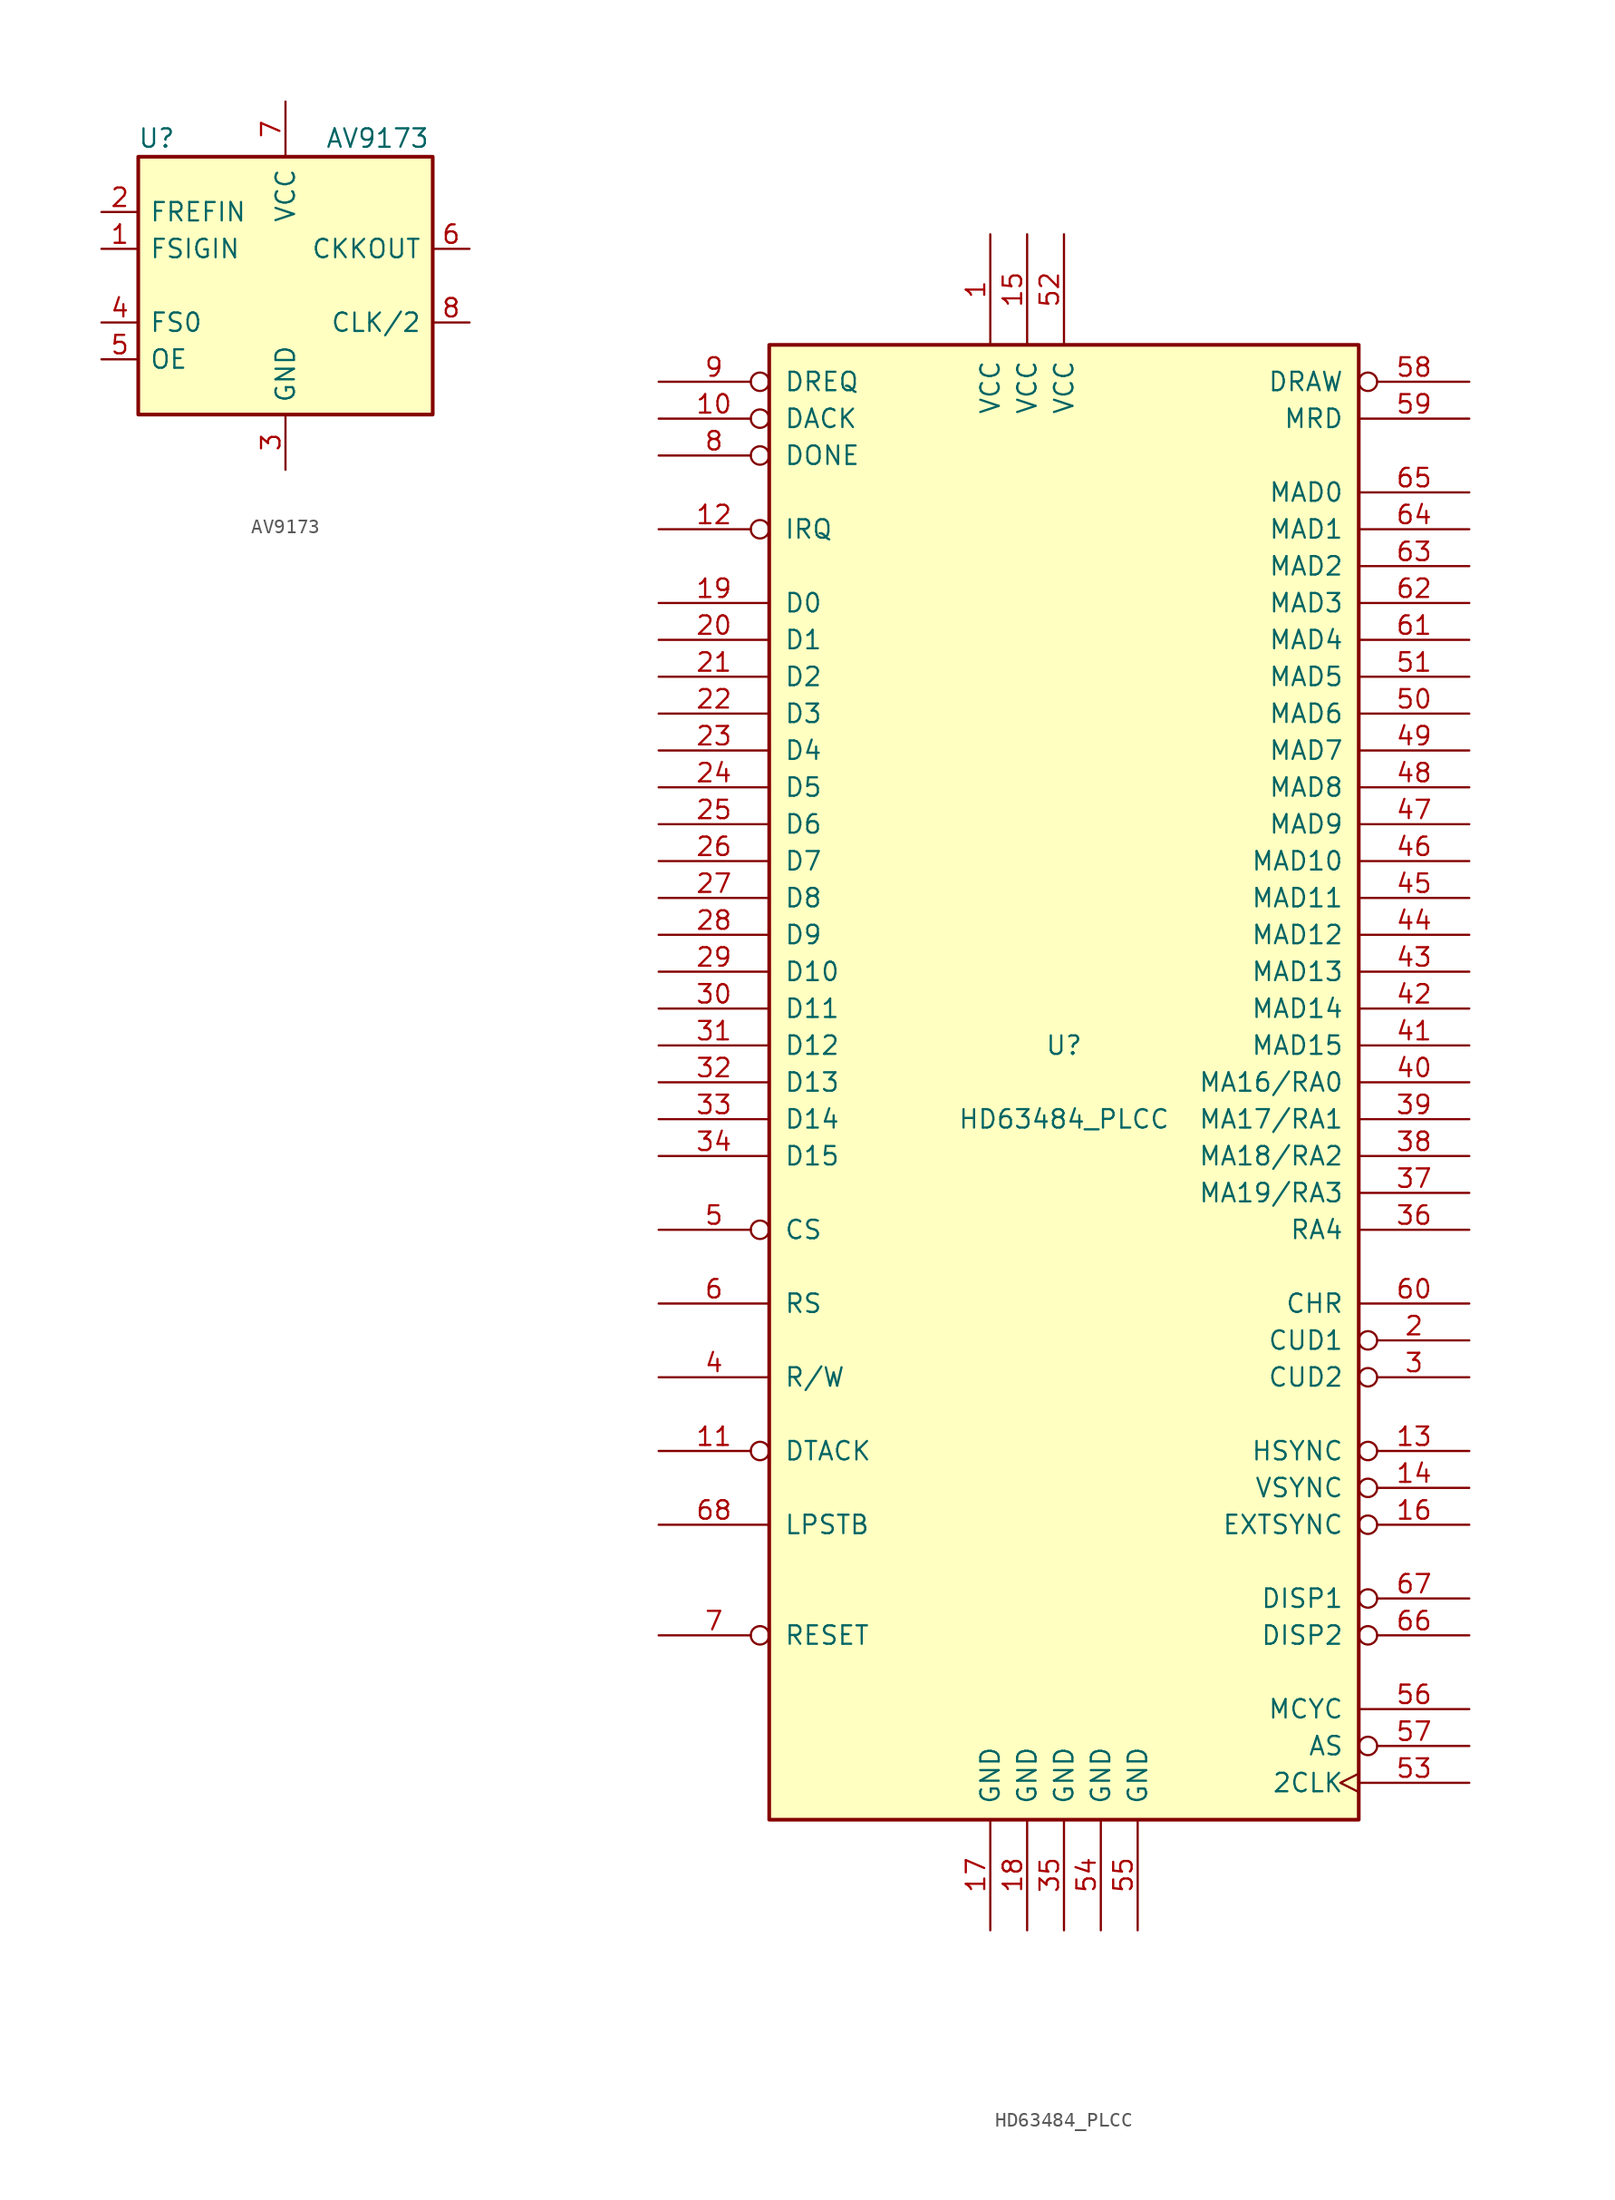
<source format=kicad_sym>
(kicad_symbol_lib
  (version 20231120)
  (generator "kicad_symbol_editor")
  (generator_version "8.0")
  (symbol "AV9173"
    (pin_names
      (offset 0.762))
    (property "Reference" "U"
      (at -8.89 10.16 0)
      (effects (font (size 1.27 1.27))))
    (property "Value" "AV9173"
      (at 6.35 10.16 0)
      (effects (font (size 1.27 1.27))))
    (symbol "AV9173_0_1"
      (rectangle (start -10.16 8.89) (end 10.16 -8.89) (stroke (width 0.254) (type default)) (fill (type background))))
    (symbol "AV9173_1_1"
      (pin input line (at -12.7 2.54 0) (length 2.54) (name "FSIGIN" (effects (font (size 1.27 1.27)))) (number "1" (effects (font (size 1.27 1.27)))))
      (pin input line (at -12.7 5.08 0) (length 2.54) (name "FREFIN" (effects (font (size 1.27 1.27)))) (number "2" (effects (font (size 1.27 1.27)))))
      (pin input line (at 0 -12.7 90) (length 3.81) (name "GND" (effects (font (size 1.27 1.27)))) (number "3" (effects (font (size 1.27 1.27)))))
      (pin input line (at -12.7 -2.54 0) (length 2.54) (name "FS0" (effects (font (size 1.27 1.27)))) (number "4" (effects (font (size 1.27 1.27)))))
      (pin input line (at -12.7 -5.08 0) (length 2.54) (name "OE" (effects (font (size 1.27 1.27)))) (number "5" (effects (font (size 1.27 1.27)))))
      (pin tri_state line (at 12.7 2.54 180) (length 2.54) (name "CKKOUT" (effects (font (size 1.27 1.27)))) (number "6" (effects (font (size 1.27 1.27)))))
      (pin input line (at 0 12.7 270) (length 3.81) (name "VCC" (effects (font (size 1.27 1.27)))) (number "7" (effects (font (size 1.27 1.27)))))
      (pin tri_state line (at 12.7 -2.54 180) (length 2.54) (name "CLK/2" (effects (font (size 1.27 1.27)))) (number "8" (effects (font (size 1.27 1.27)))))))
  (symbol "HD63484_PLCC"
    (pin_names
      (offset 1.016))
    (property "Reference" "U"
      (at 0 2.54 0)
      (effects (font (size 1.27 1.27))))
    (property "Value" "HD63484_PLCC"
      (at 0 -2.54 0)
      (effects (font (size 1.27 1.27))))
    (symbol "HD63484_PLCC_0_1"
      (rectangle (start -20.32 -50.8) (end 20.32 50.8) (stroke (width 0.254) (type default)) (fill (type background))))
    (symbol "HD63484_PLCC_1_1"
      (pin input line (at -5.08 58.42 270) (length 7.62) (name "VCC" (effects (font (size 1.27 1.27)))) (number "1" (effects (font (size 1.27 1.27)))))
      (pin input inverted (at -27.94 45.72 0) (length 7.62) (name "DACK" (effects (font (size 1.27 1.27)))) (number "10" (effects (font (size 1.27 1.27)))))
      (pin output inverted (at -27.94 -25.4 0) (length 7.62) (name "DTACK" (effects (font (size 1.27 1.27)))) (number "11" (effects (font (size 1.27 1.27)))))
      (pin output inverted (at -27.94 38.1 0) (length 7.62) (name "IRQ" (effects (font (size 1.27 1.27)))) (number "12" (effects (font (size 1.27 1.27)))))
      (pin output inverted (at 27.94 -25.4 180) (length 7.62) (name "HSYNC" (effects (font (size 1.27 1.27)))) (number "13" (effects (font (size 1.27 1.27)))))
      (pin output inverted (at 27.94 -27.94 180) (length 7.62) (name "VSYNC" (effects (font (size 1.27 1.27)))) (number "14" (effects (font (size 1.27 1.27)))))
      (pin input line (at -2.54 58.42 270) (length 7.62) (name "VCC" (effects (font (size 1.27 1.27)))) (number "15" (effects (font (size 1.27 1.27)))))
      (pin input inverted (at 27.94 -30.48 180) (length 7.62) (name "EXTSYNC" (effects (font (size 1.27 1.27)))) (number "16" (effects (font (size 1.27 1.27)))))
      (pin input line (at -5.08 -58.42 90) (length 7.62) (name "GND" (effects (font (size 1.27 1.27)))) (number "17" (effects (font (size 1.27 1.27)))))
      (pin input line (at -2.54 -58.42 90) (length 7.62) (name "GND" (effects (font (size 1.27 1.27)))) (number "18" (effects (font (size 1.27 1.27)))))
      (pin tri_state line (at -27.94 33.02 0) (length 7.62) (name "D0" (effects (font (size 1.27 1.27)))) (number "19" (effects (font (size 1.27 1.27)))))
      (pin output inverted (at 27.94 -17.78 180) (length 7.62) (name "CUD1" (effects (font (size 1.27 1.27)))) (number "2" (effects (font (size 1.27 1.27)))))
      (pin tri_state line (at -27.94 30.48 0) (length 7.62) (name "D1" (effects (font (size 1.27 1.27)))) (number "20" (effects (font (size 1.27 1.27)))))
      (pin tri_state line (at -27.94 27.94 0) (length 7.62) (name "D2" (effects (font (size 1.27 1.27)))) (number "21" (effects (font (size 1.27 1.27)))))
      (pin tri_state line (at -27.94 25.4 0) (length 7.62) (name "D3" (effects (font (size 1.27 1.27)))) (number "22" (effects (font (size 1.27 1.27)))))
      (pin tri_state line (at -27.94 22.86 0) (length 7.62) (name "D4" (effects (font (size 1.27 1.27)))) (number "23" (effects (font (size 1.27 1.27)))))
      (pin tri_state line (at -27.94 20.32 0) (length 7.62) (name "D5" (effects (font (size 1.27 1.27)))) (number "24" (effects (font (size 1.27 1.27)))))
      (pin tri_state line (at -27.94 17.78 0) (length 7.62) (name "D6" (effects (font (size 1.27 1.27)))) (number "25" (effects (font (size 1.27 1.27)))))
      (pin tri_state line (at -27.94 15.24 0) (length 7.62) (name "D7" (effects (font (size 1.27 1.27)))) (number "26" (effects (font (size 1.27 1.27)))))
      (pin tri_state line (at -27.94 12.7 0) (length 7.62) (name "D8" (effects (font (size 1.27 1.27)))) (number "27" (effects (font (size 1.27 1.27)))))
      (pin tri_state line (at -27.94 10.16 0) (length 7.62) (name "D9" (effects (font (size 1.27 1.27)))) (number "28" (effects (font (size 1.27 1.27)))))
      (pin tri_state line (at -27.94 7.62 0) (length 7.62) (name "D10" (effects (font (size 1.27 1.27)))) (number "29" (effects (font (size 1.27 1.27)))))
      (pin output inverted (at 27.94 -20.32 180) (length 7.62) (name "CUD2" (effects (font (size 1.27 1.27)))) (number "3" (effects (font (size 1.27 1.27)))))
      (pin tri_state line (at -27.94 5.08 0) (length 7.62) (name "D11" (effects (font (size 1.27 1.27)))) (number "30" (effects (font (size 1.27 1.27)))))
      (pin tri_state line (at -27.94 2.54 0) (length 7.62) (name "D12" (effects (font (size 1.27 1.27)))) (number "31" (effects (font (size 1.27 1.27)))))
      (pin tri_state line (at -27.94 0 0) (length 7.62) (name "D13" (effects (font (size 1.27 1.27)))) (number "32" (effects (font (size 1.27 1.27)))))
      (pin tri_state line (at -27.94 -2.54 0) (length 7.62) (name "D14" (effects (font (size 1.27 1.27)))) (number "33" (effects (font (size 1.27 1.27)))))
      (pin tri_state line (at -27.94 -5.08 0) (length 7.62) (name "D15" (effects (font (size 1.27 1.27)))) (number "34" (effects (font (size 1.27 1.27)))))
      (pin input line (at 0 -58.42 90) (length 7.62) (name "GND" (effects (font (size 1.27 1.27)))) (number "35" (effects (font (size 1.27 1.27)))))
      (pin output line (at 27.94 -10.16 180) (length 7.62) (name "RA4" (effects (font (size 1.27 1.27)))) (number "36" (effects (font (size 1.27 1.27)))))
      (pin output line (at 27.94 -7.62 180) (length 7.62) (name "MA19/RA3" (effects (font (size 1.27 1.27)))) (number "37" (effects (font (size 1.27 1.27)))))
      (pin output line (at 27.94 -5.08 180) (length 7.62) (name "MA18/RA2" (effects (font (size 1.27 1.27)))) (number "38" (effects (font (size 1.27 1.27)))))
      (pin output line (at 27.94 -2.54 180) (length 7.62) (name "MA17/RA1" (effects (font (size 1.27 1.27)))) (number "39" (effects (font (size 1.27 1.27)))))
      (pin input line (at -27.94 -20.32 0) (length 7.62) (name "R/W" (effects (font (size 1.27 1.27)))) (number "4" (effects (font (size 1.27 1.27)))))
      (pin output line (at 27.94 0 180) (length 7.62) (name "MA16/RA0" (effects (font (size 1.27 1.27)))) (number "40" (effects (font (size 1.27 1.27)))))
      (pin tri_state line (at 27.94 2.54 180) (length 7.62) (name "MAD15" (effects (font (size 1.27 1.27)))) (number "41" (effects (font (size 1.27 1.27)))))
      (pin tri_state line (at 27.94 5.08 180) (length 7.62) (name "MAD14" (effects (font (size 1.27 1.27)))) (number "42" (effects (font (size 1.27 1.27)))))
      (pin tri_state line (at 27.94 7.62 180) (length 7.62) (name "MAD13" (effects (font (size 1.27 1.27)))) (number "43" (effects (font (size 1.27 1.27)))))
      (pin tri_state line (at 27.94 10.16 180) (length 7.62) (name "MAD12" (effects (font (size 1.27 1.27)))) (number "44" (effects (font (size 1.27 1.27)))))
      (pin tri_state line (at 27.94 12.7 180) (length 7.62) (name "MAD11" (effects (font (size 1.27 1.27)))) (number "45" (effects (font (size 1.27 1.27)))))
      (pin tri_state line (at 27.94 15.24 180) (length 7.62) (name "MAD10" (effects (font (size 1.27 1.27)))) (number "46" (effects (font (size 1.27 1.27)))))
      (pin tri_state line (at 27.94 17.78 180) (length 7.62) (name "MAD9" (effects (font (size 1.27 1.27)))) (number "47" (effects (font (size 1.27 1.27)))))
      (pin tri_state line (at 27.94 20.32 180) (length 7.62) (name "MAD8" (effects (font (size 1.27 1.27)))) (number "48" (effects (font (size 1.27 1.27)))))
      (pin tri_state line (at 27.94 22.86 180) (length 7.62) (name "MAD7" (effects (font (size 1.27 1.27)))) (number "49" (effects (font (size 1.27 1.27)))))
      (pin input inverted (at -27.94 -10.16 0) (length 7.62) (name "CS" (effects (font (size 1.27 1.27)))) (number "5" (effects (font (size 1.27 1.27)))))
      (pin tri_state line (at 27.94 25.4 180) (length 7.62) (name "MAD6" (effects (font (size 1.27 1.27)))) (number "50" (effects (font (size 1.27 1.27)))))
      (pin tri_state line (at 27.94 27.94 180) (length 7.62) (name "MAD5" (effects (font (size 1.27 1.27)))) (number "51" (effects (font (size 1.27 1.27)))))
      (pin input line (at 0 58.42 270) (length 7.62) (name "VCC" (effects (font (size 1.27 1.27)))) (number "52" (effects (font (size 1.27 1.27)))))
      (pin input clock (at 27.94 -48.26 180) (length 7.62) (name "2CLK" (effects (font (size 1.27 1.27)))) (number "53" (effects (font (size 1.27 1.27)))))
      (pin input line (at 2.54 -58.42 90) (length 7.62) (name "GND" (effects (font (size 1.27 1.27)))) (number "54" (effects (font (size 1.27 1.27)))))
      (pin input line (at 5.08 -58.42 90) (length 7.62) (name "GND" (effects (font (size 1.27 1.27)))) (number "55" (effects (font (size 1.27 1.27)))))
      (pin output line (at 27.94 -43.18 180) (length 7.62) (name "MCYC" (effects (font (size 1.27 1.27)))) (number "56" (effects (font (size 1.27 1.27)))))
      (pin output inverted (at 27.94 -45.72 180) (length 7.62) (name "AS" (effects (font (size 1.27 1.27)))) (number "57" (effects (font (size 1.27 1.27)))))
      (pin output inverted (at 27.94 48.26 180) (length 7.62) (name "DRAW" (effects (font (size 1.27 1.27)))) (number "58" (effects (font (size 1.27 1.27)))))
      (pin output line (at 27.94 45.72 180) (length 7.62) (name "MRD" (effects (font (size 1.27 1.27)))) (number "59" (effects (font (size 1.27 1.27)))))
      (pin input line (at -27.94 -15.24 0) (length 7.62) (name "RS" (effects (font (size 1.27 1.27)))) (number "6" (effects (font (size 1.27 1.27)))))
      (pin output line (at 27.94 -15.24 180) (length 7.62) (name "CHR" (effects (font (size 1.27 1.27)))) (number "60" (effects (font (size 1.27 1.27)))))
      (pin tri_state line (at 27.94 30.48 180) (length 7.62) (name "MAD4" (effects (font (size 1.27 1.27)))) (number "61" (effects (font (size 1.27 1.27)))))
      (pin tri_state line (at 27.94 33.02 180) (length 7.62) (name "MAD3" (effects (font (size 1.27 1.27)))) (number "62" (effects (font (size 1.27 1.27)))))
      (pin tri_state line (at 27.94 35.56 180) (length 7.62) (name "MAD2" (effects (font (size 1.27 1.27)))) (number "63" (effects (font (size 1.27 1.27)))))
      (pin tri_state line (at 27.94 38.1 180) (length 7.62) (name "MAD1" (effects (font (size 1.27 1.27)))) (number "64" (effects (font (size 1.27 1.27)))))
      (pin tri_state line (at 27.94 40.64 180) (length 7.62) (name "MAD0" (effects (font (size 1.27 1.27)))) (number "65" (effects (font (size 1.27 1.27)))))
      (pin output inverted (at 27.94 -38.1 180) (length 7.62) (name "DISP2" (effects (font (size 1.27 1.27)))) (number "66" (effects (font (size 1.27 1.27)))))
      (pin output inverted (at 27.94 -35.56 180) (length 7.62) (name "DISP1" (effects (font (size 1.27 1.27)))) (number "67" (effects (font (size 1.27 1.27)))))
      (pin input line (at -27.94 -30.48 0) (length 7.62) (name "LPSTB" (effects (font (size 1.27 1.27)))) (number "68" (effects (font (size 1.27 1.27)))))
      (pin input inverted (at -27.94 -38.1 0) (length 7.62) (name "RESET" (effects (font (size 1.27 1.27)))) (number "7" (effects (font (size 1.27 1.27)))))
      (pin input inverted (at -27.94 43.18 0) (length 7.62) (name "DONE" (effects (font (size 1.27 1.27)))) (number "8" (effects (font (size 1.27 1.27)))))
      (pin output inverted (at -27.94 48.26 0) (length 7.62) (name "DREQ" (effects (font (size 1.27 1.27)))) (number "9" (effects (font (size 1.27 1.27))))))))
</source>
